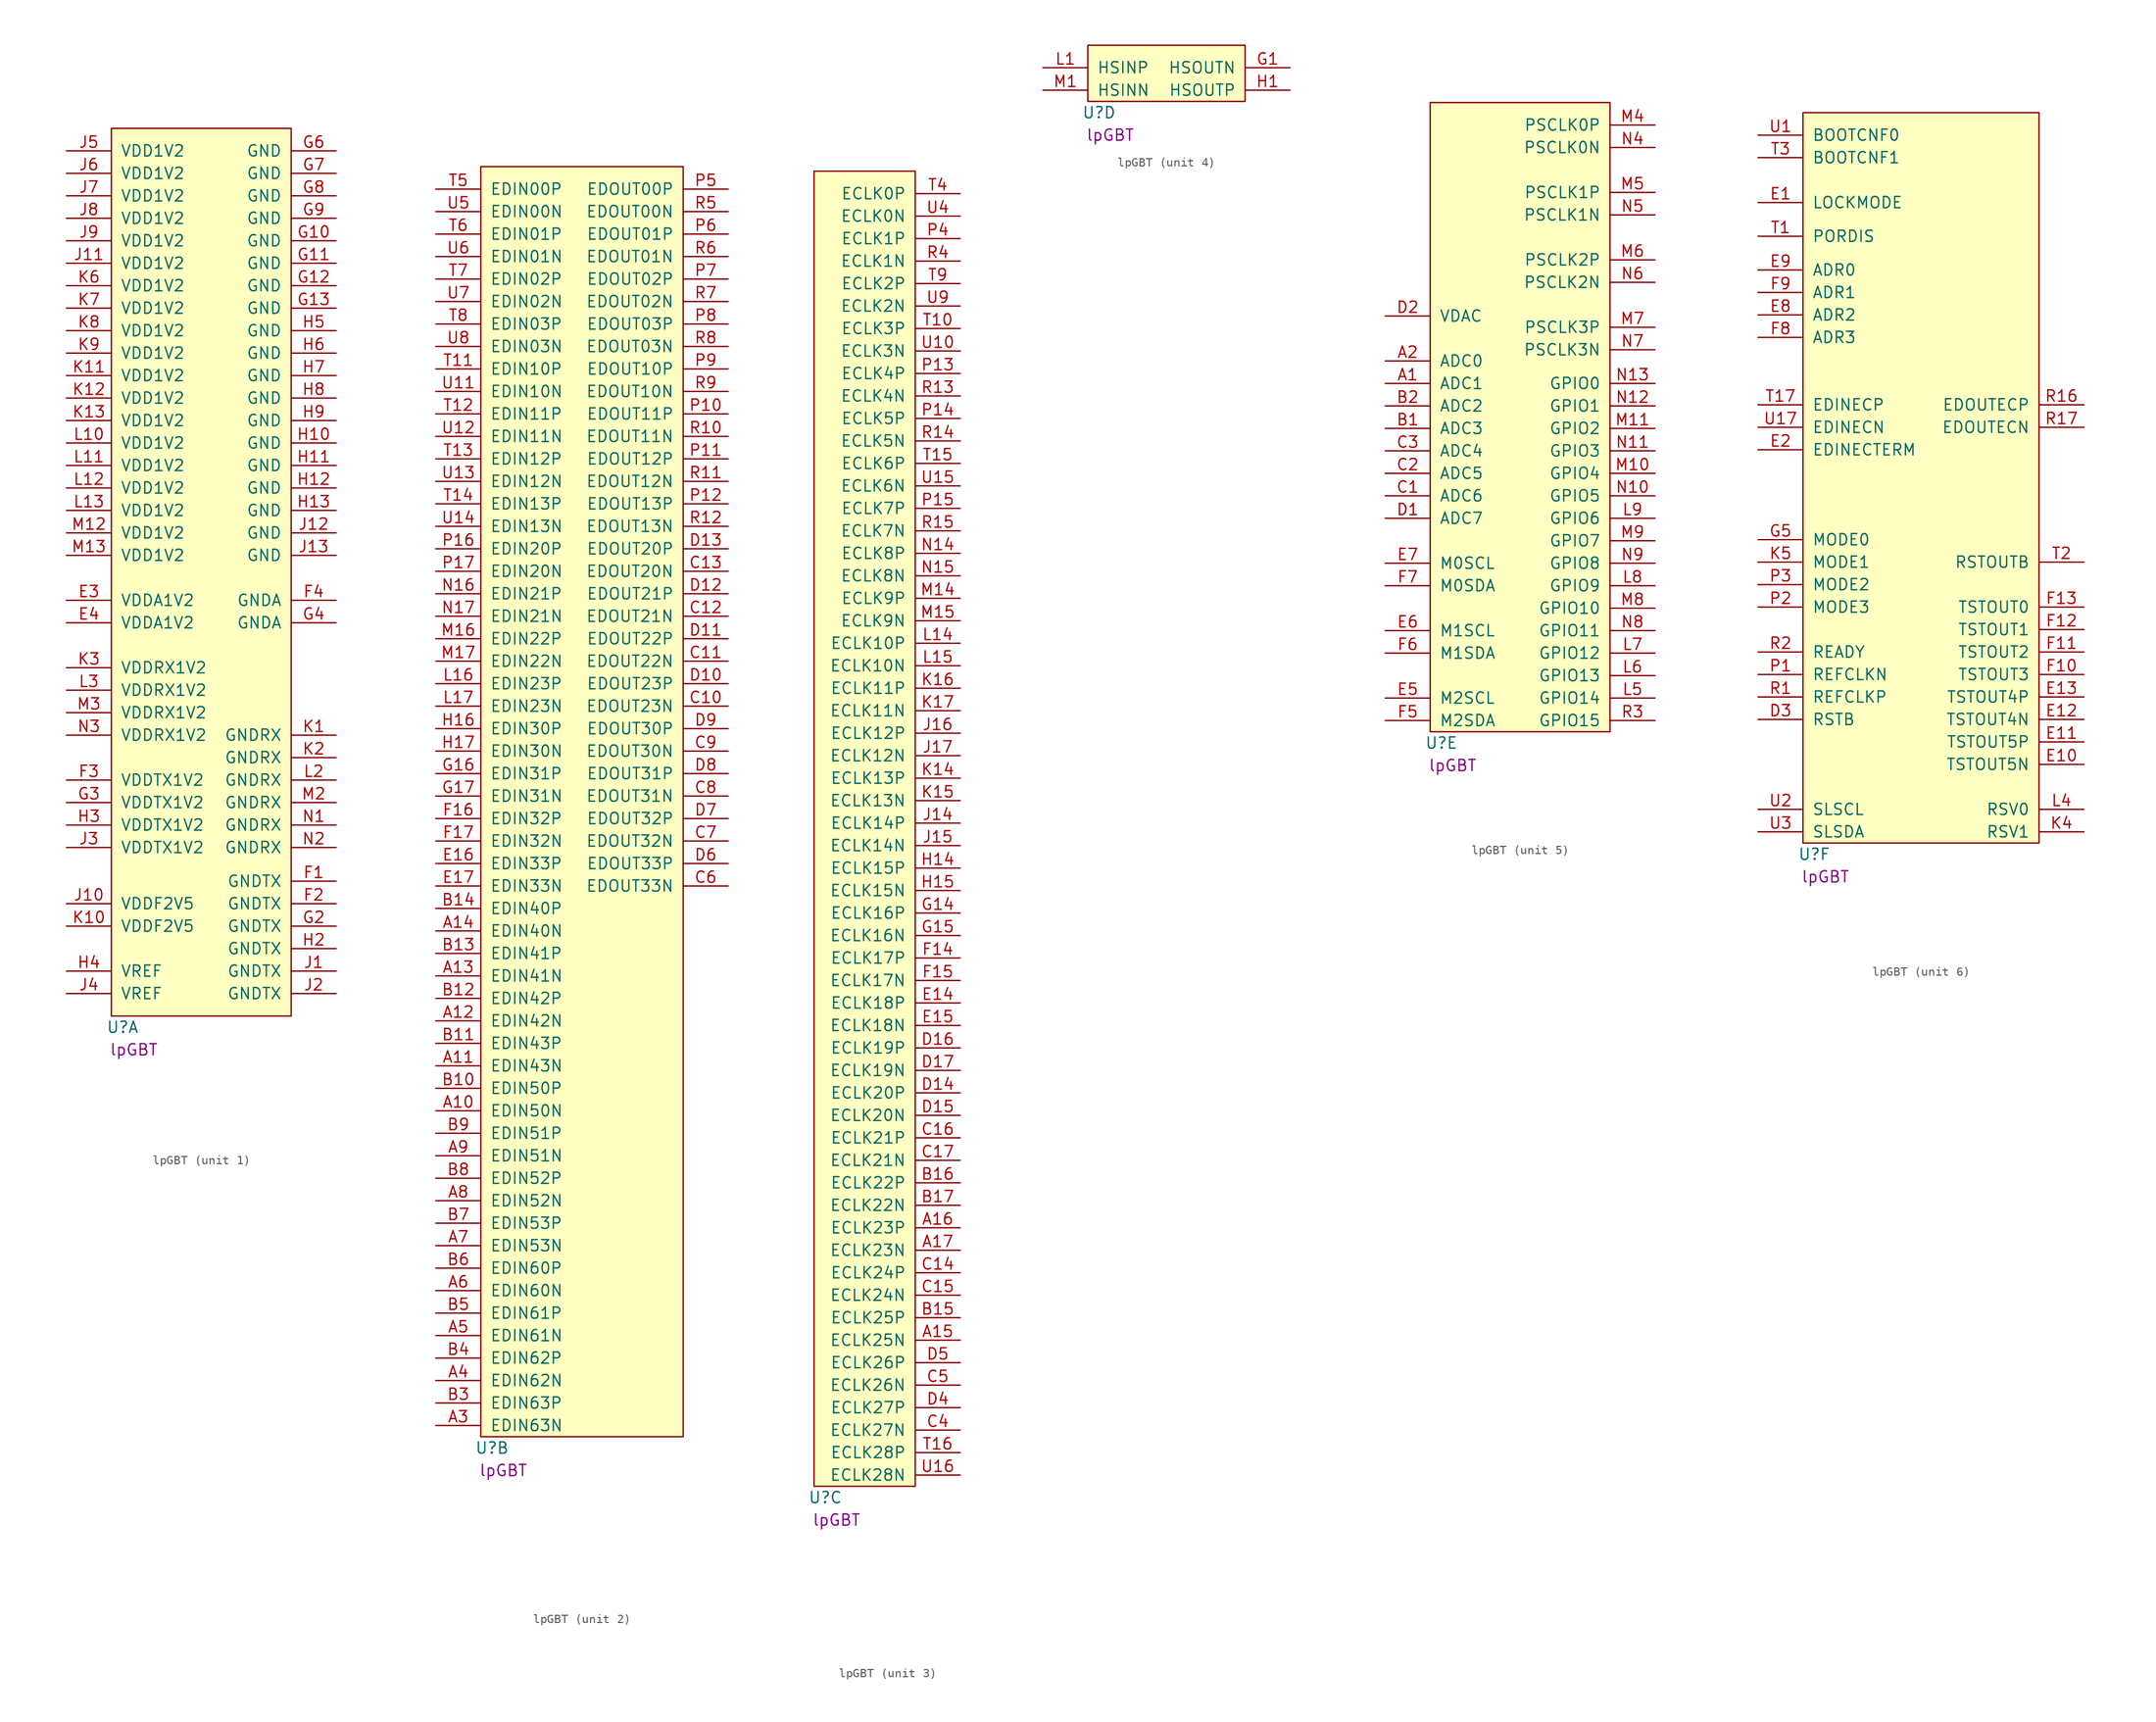
<source format=kicad_sym>
(kicad_symbol_lib
  (version 20220914)
  (generator kicad_symbol_editor)
  (symbol "lpGBT"
    (pin_names
      (offset 1.016))
    (property "Reference" "U"
      (at 1.27 -1.27 0)
      (effects (font (size 1.27 1.27))))
    (property "Manufacturer Part Number" "lpGBT"
      (at 2.54 -3.81 0)
      (effects (font (size 1.27 1.27))))
    (property "ki_locked" ""
      (at 0 0 0)
      (effects (font (size 1.27 1.27))))
    (symbol "lpGBT_1_0"
      (pin power_in line (at -5.08 46.99 0) (length 5.08) (name "VDDA1V2" (effects (font (size 1.27 1.27)))) (number "E3" (effects (font (size 1.27 1.27)))))
      (pin power_in line (at -5.08 44.45 0) (length 5.08) (name "VDDA1V2" (effects (font (size 1.27 1.27)))) (number "E4" (effects (font (size 1.27 1.27)))))
      (pin power_out line (at 25.4 15.24 180) (length 5.08) (name "GNDTX" (effects (font (size 1.27 1.27)))) (number "F1" (effects (font (size 1.27 1.27)))))
      (pin power_out line (at 25.4 12.7 180) (length 5.08) (name "GNDTX" (effects (font (size 1.27 1.27)))) (number "F2" (effects (font (size 1.27 1.27)))))
      (pin power_in line (at -5.08 26.67 0) (length 5.08) (name "VDDTX1V2" (effects (font (size 1.27 1.27)))) (number "F3" (effects (font (size 1.27 1.27)))))
      (pin power_out line (at 25.4 46.99 180) (length 5.08) (name "GNDA" (effects (font (size 1.27 1.27)))) (number "F4" (effects (font (size 1.27 1.27)))))
      (pin power_out line (at 25.4 87.63 180) (length 5.08) (name "GND" (effects (font (size 1.27 1.27)))) (number "G10" (effects (font (size 1.27 1.27)))))
      (pin power_out line (at 25.4 85.09 180) (length 5.08) (name "GND" (effects (font (size 1.27 1.27)))) (number "G11" (effects (font (size 1.27 1.27)))))
      (pin power_out line (at 25.4 82.55 180) (length 5.08) (name "GND" (effects (font (size 1.27 1.27)))) (number "G12" (effects (font (size 1.27 1.27)))))
      (pin power_out line (at 25.4 80.01 180) (length 5.08) (name "GND" (effects (font (size 1.27 1.27)))) (number "G13" (effects (font (size 1.27 1.27)))))
      (pin power_out line (at 25.4 10.16 180) (length 5.08) (name "GNDTX" (effects (font (size 1.27 1.27)))) (number "G2" (effects (font (size 1.27 1.27)))))
      (pin power_in line (at -5.08 24.13 0) (length 5.08) (name "VDDTX1V2" (effects (font (size 1.27 1.27)))) (number "G3" (effects (font (size 1.27 1.27)))))
      (pin power_out line (at 25.4 44.45 180) (length 5.08) (name "GNDA" (effects (font (size 1.27 1.27)))) (number "G4" (effects (font (size 1.27 1.27)))))
      (pin power_out line (at 25.4 97.79 180) (length 5.08) (name "GND" (effects (font (size 1.27 1.27)))) (number "G6" (effects (font (size 1.27 1.27)))))
      (pin power_out line (at 25.4 95.25 180) (length 5.08) (name "GND" (effects (font (size 1.27 1.27)))) (number "G7" (effects (font (size 1.27 1.27)))))
      (pin power_out line (at 25.4 92.71 180) (length 5.08) (name "GND" (effects (font (size 1.27 1.27)))) (number "G8" (effects (font (size 1.27 1.27)))))
      (pin power_out line (at 25.4 90.17 180) (length 5.08) (name "GND" (effects (font (size 1.27 1.27)))) (number "G9" (effects (font (size 1.27 1.27)))))
      (pin power_out line (at 25.4 64.77 180) (length 5.08) (name "GND" (effects (font (size 1.27 1.27)))) (number "H10" (effects (font (size 1.27 1.27)))))
      (pin power_out line (at 25.4 62.23 180) (length 5.08) (name "GND" (effects (font (size 1.27 1.27)))) (number "H11" (effects (font (size 1.27 1.27)))))
      (pin power_out line (at 25.4 59.69 180) (length 5.08) (name "GND" (effects (font (size 1.27 1.27)))) (number "H12" (effects (font (size 1.27 1.27)))))
      (pin power_out line (at 25.4 57.15 180) (length 5.08) (name "GND" (effects (font (size 1.27 1.27)))) (number "H13" (effects (font (size 1.27 1.27)))))
      (pin power_out line (at 25.4 7.62 180) (length 5.08) (name "GNDTX" (effects (font (size 1.27 1.27)))) (number "H2" (effects (font (size 1.27 1.27)))))
      (pin power_in line (at -5.08 21.59 0) (length 5.08) (name "VDDTX1V2" (effects (font (size 1.27 1.27)))) (number "H3" (effects (font (size 1.27 1.27)))))
      (pin power_in line (at -5.08 5.08 0) (length 5.08) (name "VREF" (effects (font (size 1.27 1.27)))) (number "H4" (effects (font (size 1.27 1.27)))))
      (pin power_out line (at 25.4 77.47 180) (length 5.08) (name "GND" (effects (font (size 1.27 1.27)))) (number "H5" (effects (font (size 1.27 1.27)))))
      (pin power_out line (at 25.4 74.93 180) (length 5.08) (name "GND" (effects (font (size 1.27 1.27)))) (number "H6" (effects (font (size 1.27 1.27)))))
      (pin power_out line (at 25.4 72.39 180) (length 5.08) (name "GND" (effects (font (size 1.27 1.27)))) (number "H7" (effects (font (size 1.27 1.27)))))
      (pin power_out line (at 25.4 69.85 180) (length 5.08) (name "GND" (effects (font (size 1.27 1.27)))) (number "H8" (effects (font (size 1.27 1.27)))))
      (pin power_out line (at 25.4 67.31 180) (length 5.08) (name "GND" (effects (font (size 1.27 1.27)))) (number "H9" (effects (font (size 1.27 1.27)))))
      (pin power_out line (at 25.4 5.08 180) (length 5.08) (name "GNDTX" (effects (font (size 1.27 1.27)))) (number "J1" (effects (font (size 1.27 1.27)))))
      (pin power_in line (at -5.08 12.7 0) (length 5.08) (name "VDDF2V5" (effects (font (size 1.27 1.27)))) (number "J10" (effects (font (size 1.27 1.27)))))
      (pin power_in line (at -5.08 85.09 0) (length 5.08) (name "VDD1V2" (effects (font (size 1.27 1.27)))) (number "J11" (effects (font (size 1.27 1.27)))))
      (pin power_out line (at 25.4 54.61 180) (length 5.08) (name "GND" (effects (font (size 1.27 1.27)))) (number "J12" (effects (font (size 1.27 1.27)))))
      (pin power_out line (at 25.4 52.07 180) (length 5.08) (name "GND" (effects (font (size 1.27 1.27)))) (number "J13" (effects (font (size 1.27 1.27)))))
      (pin power_out line (at 25.4 2.54 180) (length 5.08) (name "GNDTX" (effects (font (size 1.27 1.27)))) (number "J2" (effects (font (size 1.27 1.27)))))
      (pin power_in line (at -5.08 19.05 0) (length 5.08) (name "VDDTX1V2" (effects (font (size 1.27 1.27)))) (number "J3" (effects (font (size 1.27 1.27)))))
      (pin power_in line (at -5.08 2.54 0) (length 5.08) (name "VREF" (effects (font (size 1.27 1.27)))) (number "J4" (effects (font (size 1.27 1.27)))))
      (pin power_in line (at -5.08 97.79 0) (length 5.08) (name "VDD1V2" (effects (font (size 1.27 1.27)))) (number "J5" (effects (font (size 1.27 1.27)))))
      (pin power_in line (at -5.08 95.25 0) (length 5.08) (name "VDD1V2" (effects (font (size 1.27 1.27)))) (number "J6" (effects (font (size 1.27 1.27)))))
      (pin power_in line (at -5.08 92.71 0) (length 5.08) (name "VDD1V2" (effects (font (size 1.27 1.27)))) (number "J7" (effects (font (size 1.27 1.27)))))
      (pin power_in line (at -5.08 90.17 0) (length 5.08) (name "VDD1V2" (effects (font (size 1.27 1.27)))) (number "J8" (effects (font (size 1.27 1.27)))))
      (pin power_in line (at -5.08 87.63 0) (length 5.08) (name "VDD1V2" (effects (font (size 1.27 1.27)))) (number "J9" (effects (font (size 1.27 1.27)))))
      (pin power_out line (at 25.4 31.75 180) (length 5.08) (name "GNDRX" (effects (font (size 1.27 1.27)))) (number "K1" (effects (font (size 1.27 1.27)))))
      (pin power_in line (at -5.08 10.16 0) (length 5.08) (name "VDDF2V5" (effects (font (size 1.27 1.27)))) (number "K10" (effects (font (size 1.27 1.27)))))
      (pin power_in line (at -5.08 72.39 0) (length 5.08) (name "VDD1V2" (effects (font (size 1.27 1.27)))) (number "K11" (effects (font (size 1.27 1.27)))))
      (pin power_in line (at -5.08 69.85 0) (length 5.08) (name "VDD1V2" (effects (font (size 1.27 1.27)))) (number "K12" (effects (font (size 1.27 1.27)))))
      (pin power_in line (at -5.08 67.31 0) (length 5.08) (name "VDD1V2" (effects (font (size 1.27 1.27)))) (number "K13" (effects (font (size 1.27 1.27)))))
      (pin power_out line (at 25.4 29.21 180) (length 5.08) (name "GNDRX" (effects (font (size 1.27 1.27)))) (number "K2" (effects (font (size 1.27 1.27)))))
      (pin power_in line (at -5.08 39.37 0) (length 5.08) (name "VDDRX1V2" (effects (font (size 1.27 1.27)))) (number "K3" (effects (font (size 1.27 1.27)))))
      (pin power_in line (at -5.08 82.55 0) (length 5.08) (name "VDD1V2" (effects (font (size 1.27 1.27)))) (number "K6" (effects (font (size 1.27 1.27)))))
      (pin power_in line (at -5.08 80.01 0) (length 5.08) (name "VDD1V2" (effects (font (size 1.27 1.27)))) (number "K7" (effects (font (size 1.27 1.27)))))
      (pin power_in line (at -5.08 77.47 0) (length 5.08) (name "VDD1V2" (effects (font (size 1.27 1.27)))) (number "K8" (effects (font (size 1.27 1.27)))))
      (pin power_in line (at -5.08 74.93 0) (length 5.08) (name "VDD1V2" (effects (font (size 1.27 1.27)))) (number "K9" (effects (font (size 1.27 1.27)))))
      (pin power_in line (at -5.08 64.77 0) (length 5.08) (name "VDD1V2" (effects (font (size 1.27 1.27)))) (number "L10" (effects (font (size 1.27 1.27)))))
      (pin power_in line (at -5.08 62.23 0) (length 5.08) (name "VDD1V2" (effects (font (size 1.27 1.27)))) (number "L11" (effects (font (size 1.27 1.27)))))
      (pin power_in line (at -5.08 59.69 0) (length 5.08) (name "VDD1V2" (effects (font (size 1.27 1.27)))) (number "L12" (effects (font (size 1.27 1.27)))))
      (pin power_in line (at -5.08 57.15 0) (length 5.08) (name "VDD1V2" (effects (font (size 1.27 1.27)))) (number "L13" (effects (font (size 1.27 1.27)))))
      (pin power_out line (at 25.4 26.67 180) (length 5.08) (name "GNDRX" (effects (font (size 1.27 1.27)))) (number "L2" (effects (font (size 1.27 1.27)))))
      (pin power_in line (at -5.08 36.83 0) (length 5.08) (name "VDDRX1V2" (effects (font (size 1.27 1.27)))) (number "L3" (effects (font (size 1.27 1.27)))))
      (pin power_in line (at -5.08 54.61 0) (length 5.08) (name "VDD1V2" (effects (font (size 1.27 1.27)))) (number "M12" (effects (font (size 1.27 1.27)))))
      (pin power_in line (at -5.08 52.07 0) (length 5.08) (name "VDD1V2" (effects (font (size 1.27 1.27)))) (number "M13" (effects (font (size 1.27 1.27)))))
      (pin power_out line (at 25.4 24.13 180) (length 5.08) (name "GNDRX" (effects (font (size 1.27 1.27)))) (number "M2" (effects (font (size 1.27 1.27)))))
      (pin power_in line (at -5.08 34.29 0) (length 5.08) (name "VDDRX1V2" (effects (font (size 1.27 1.27)))) (number "M3" (effects (font (size 1.27 1.27)))))
      (pin power_out line (at 25.4 21.59 180) (length 5.08) (name "GNDRX" (effects (font (size 1.27 1.27)))) (number "N1" (effects (font (size 1.27 1.27)))))
      (pin power_out line (at 25.4 19.05 180) (length 5.08) (name "GNDRX" (effects (font (size 1.27 1.27)))) (number "N2" (effects (font (size 1.27 1.27)))))
      (pin power_in line (at -5.08 31.75 0) (length 5.08) (name "VDDRX1V2" (effects (font (size 1.27 1.27)))) (number "N3" (effects (font (size 1.27 1.27))))))
    (symbol "lpGBT_1_1"
      (rectangle (start 0 100.33) (end 20.32 0) (stroke (width 0) (type solid)) (fill (type background))))
    (symbol "lpGBT_2_0"
      (pin input line (at -5.08 36.83 0) (length 5.08) (name "EDIN50N" (effects (font (size 1.27 1.27)))) (number "A10" (effects (font (size 1.27 1.27)))))
      (pin input line (at -5.08 41.91 0) (length 5.08) (name "EDIN43N" (effects (font (size 1.27 1.27)))) (number "A11" (effects (font (size 1.27 1.27)))))
      (pin input line (at -5.08 46.99 0) (length 5.08) (name "EDIN42N" (effects (font (size 1.27 1.27)))) (number "A12" (effects (font (size 1.27 1.27)))))
      (pin input line (at -5.08 52.07 0) (length 5.08) (name "EDIN41N" (effects (font (size 1.27 1.27)))) (number "A13" (effects (font (size 1.27 1.27)))))
      (pin input line (at -5.08 57.15 0) (length 5.08) (name "EDIN40N" (effects (font (size 1.27 1.27)))) (number "A14" (effects (font (size 1.27 1.27)))))
      (pin input line (at -5.08 1.27 0) (length 5.08) (name "EDIN63N" (effects (font (size 1.27 1.27)))) (number "A3" (effects (font (size 1.27 1.27)))))
      (pin input line (at -5.08 6.35 0) (length 5.08) (name "EDIN62N" (effects (font (size 1.27 1.27)))) (number "A4" (effects (font (size 1.27 1.27)))))
      (pin input line (at -5.08 11.43 0) (length 5.08) (name "EDIN61N" (effects (font (size 1.27 1.27)))) (number "A5" (effects (font (size 1.27 1.27)))))
      (pin input line (at -5.08 16.51 0) (length 5.08) (name "EDIN60N" (effects (font (size 1.27 1.27)))) (number "A6" (effects (font (size 1.27 1.27)))))
      (pin input line (at -5.08 21.59 0) (length 5.08) (name "EDIN53N" (effects (font (size 1.27 1.27)))) (number "A7" (effects (font (size 1.27 1.27)))))
      (pin input line (at -5.08 26.67 0) (length 5.08) (name "EDIN52N" (effects (font (size 1.27 1.27)))) (number "A8" (effects (font (size 1.27 1.27)))))
      (pin input line (at -5.08 31.75 0) (length 5.08) (name "EDIN51N" (effects (font (size 1.27 1.27)))) (number "A9" (effects (font (size 1.27 1.27)))))
      (pin input line (at -5.08 39.37 0) (length 5.08) (name "EDIN50P" (effects (font (size 1.27 1.27)))) (number "B10" (effects (font (size 1.27 1.27)))))
      (pin input line (at -5.08 44.45 0) (length 5.08) (name "EDIN43P" (effects (font (size 1.27 1.27)))) (number "B11" (effects (font (size 1.27 1.27)))))
      (pin input line (at -5.08 49.53 0) (length 5.08) (name "EDIN42P" (effects (font (size 1.27 1.27)))) (number "B12" (effects (font (size 1.27 1.27)))))
      (pin input line (at -5.08 54.61 0) (length 5.08) (name "EDIN41P" (effects (font (size 1.27 1.27)))) (number "B13" (effects (font (size 1.27 1.27)))))
      (pin input line (at -5.08 59.69 0) (length 5.08) (name "EDIN40P" (effects (font (size 1.27 1.27)))) (number "B14" (effects (font (size 1.27 1.27)))))
      (pin input line (at -5.08 3.81 0) (length 5.08) (name "EDIN63P" (effects (font (size 1.27 1.27)))) (number "B3" (effects (font (size 1.27 1.27)))))
      (pin input line (at -5.08 8.89 0) (length 5.08) (name "EDIN62P" (effects (font (size 1.27 1.27)))) (number "B4" (effects (font (size 1.27 1.27)))))
      (pin input line (at -5.08 13.97 0) (length 5.08) (name "EDIN61P" (effects (font (size 1.27 1.27)))) (number "B5" (effects (font (size 1.27 1.27)))))
      (pin input line (at -5.08 19.05 0) (length 5.08) (name "EDIN60P" (effects (font (size 1.27 1.27)))) (number "B6" (effects (font (size 1.27 1.27)))))
      (pin input line (at -5.08 24.13 0) (length 5.08) (name "EDIN53P" (effects (font (size 1.27 1.27)))) (number "B7" (effects (font (size 1.27 1.27)))))
      (pin input line (at -5.08 29.21 0) (length 5.08) (name "EDIN52P" (effects (font (size 1.27 1.27)))) (number "B8" (effects (font (size 1.27 1.27)))))
      (pin input line (at -5.08 34.29 0) (length 5.08) (name "EDIN51P" (effects (font (size 1.27 1.27)))) (number "B9" (effects (font (size 1.27 1.27)))))
      (pin output line (at 27.94 82.55 180) (length 5.08) (name "EDOUT23N" (effects (font (size 1.27 1.27)))) (number "C10" (effects (font (size 1.27 1.27)))))
      (pin output line (at 27.94 87.63 180) (length 5.08) (name "EDOUT22N" (effects (font (size 1.27 1.27)))) (number "C11" (effects (font (size 1.27 1.27)))))
      (pin output line (at 27.94 92.71 180) (length 5.08) (name "EDOUT21N" (effects (font (size 1.27 1.27)))) (number "C12" (effects (font (size 1.27 1.27)))))
      (pin output line (at 27.94 97.79 180) (length 5.08) (name "EDOUT20N" (effects (font (size 1.27 1.27)))) (number "C13" (effects (font (size 1.27 1.27)))))
      (pin output line (at 27.94 62.23 180) (length 5.08) (name "EDOUT33N" (effects (font (size 1.27 1.27)))) (number "C6" (effects (font (size 1.27 1.27)))))
      (pin output line (at 27.94 67.31 180) (length 5.08) (name "EDOUT32N" (effects (font (size 1.27 1.27)))) (number "C7" (effects (font (size 1.27 1.27)))))
      (pin output line (at 27.94 72.39 180) (length 5.08) (name "EDOUT31N" (effects (font (size 1.27 1.27)))) (number "C8" (effects (font (size 1.27 1.27)))))
      (pin output line (at 27.94 77.47 180) (length 5.08) (name "EDOUT30N" (effects (font (size 1.27 1.27)))) (number "C9" (effects (font (size 1.27 1.27)))))
      (pin output line (at 27.94 85.09 180) (length 5.08) (name "EDOUT23P" (effects (font (size 1.27 1.27)))) (number "D10" (effects (font (size 1.27 1.27)))))
      (pin output line (at 27.94 90.17 180) (length 5.08) (name "EDOUT22P" (effects (font (size 1.27 1.27)))) (number "D11" (effects (font (size 1.27 1.27)))))
      (pin output line (at 27.94 95.25 180) (length 5.08) (name "EDOUT21P" (effects (font (size 1.27 1.27)))) (number "D12" (effects (font (size 1.27 1.27)))))
      (pin output line (at 27.94 100.33 180) (length 5.08) (name "EDOUT20P" (effects (font (size 1.27 1.27)))) (number "D13" (effects (font (size 1.27 1.27)))))
      (pin output line (at 27.94 64.77 180) (length 5.08) (name "EDOUT33P" (effects (font (size 1.27 1.27)))) (number "D6" (effects (font (size 1.27 1.27)))))
      (pin output line (at 27.94 69.85 180) (length 5.08) (name "EDOUT32P" (effects (font (size 1.27 1.27)))) (number "D7" (effects (font (size 1.27 1.27)))))
      (pin output line (at 27.94 74.93 180) (length 5.08) (name "EDOUT31P" (effects (font (size 1.27 1.27)))) (number "D8" (effects (font (size 1.27 1.27)))))
      (pin output line (at 27.94 80.01 180) (length 5.08) (name "EDOUT30P" (effects (font (size 1.27 1.27)))) (number "D9" (effects (font (size 1.27 1.27)))))
      (pin input line (at -5.08 64.77 0) (length 5.08) (name "EDIN33P" (effects (font (size 1.27 1.27)))) (number "E16" (effects (font (size 1.27 1.27)))))
      (pin input line (at -5.08 62.23 0) (length 5.08) (name "EDIN33N" (effects (font (size 1.27 1.27)))) (number "E17" (effects (font (size 1.27 1.27)))))
      (pin input line (at -5.08 69.85 0) (length 5.08) (name "EDIN32P" (effects (font (size 1.27 1.27)))) (number "F16" (effects (font (size 1.27 1.27)))))
      (pin input line (at -5.08 67.31 0) (length 5.08) (name "EDIN32N" (effects (font (size 1.27 1.27)))) (number "F17" (effects (font (size 1.27 1.27)))))
      (pin input line (at -5.08 74.93 0) (length 5.08) (name "EDIN31P" (effects (font (size 1.27 1.27)))) (number "G16" (effects (font (size 1.27 1.27)))))
      (pin input line (at -5.08 72.39 0) (length 5.08) (name "EDIN31N" (effects (font (size 1.27 1.27)))) (number "G17" (effects (font (size 1.27 1.27)))))
      (pin input line (at -5.08 80.01 0) (length 5.08) (name "EDIN30P" (effects (font (size 1.27 1.27)))) (number "H16" (effects (font (size 1.27 1.27)))))
      (pin input line (at -5.08 77.47 0) (length 5.08) (name "EDIN30N" (effects (font (size 1.27 1.27)))) (number "H17" (effects (font (size 1.27 1.27)))))
      (pin input line (at -5.08 85.09 0) (length 5.08) (name "EDIN23P" (effects (font (size 1.27 1.27)))) (number "L16" (effects (font (size 1.27 1.27)))))
      (pin input line (at -5.08 82.55 0) (length 5.08) (name "EDIN23N" (effects (font (size 1.27 1.27)))) (number "L17" (effects (font (size 1.27 1.27)))))
      (pin input line (at -5.08 90.17 0) (length 5.08) (name "EDIN22P" (effects (font (size 1.27 1.27)))) (number "M16" (effects (font (size 1.27 1.27)))))
      (pin input line (at -5.08 87.63 0) (length 5.08) (name "EDIN22N" (effects (font (size 1.27 1.27)))) (number "M17" (effects (font (size 1.27 1.27)))))
      (pin input line (at -5.08 95.25 0) (length 5.08) (name "EDIN21P" (effects (font (size 1.27 1.27)))) (number "N16" (effects (font (size 1.27 1.27)))))
      (pin input line (at -5.08 92.71 0) (length 5.08) (name "EDIN21N" (effects (font (size 1.27 1.27)))) (number "N17" (effects (font (size 1.27 1.27)))))
      (pin output line (at 27.94 115.57 180) (length 5.08) (name "EDOUT11P" (effects (font (size 1.27 1.27)))) (number "P10" (effects (font (size 1.27 1.27)))))
      (pin output line (at 27.94 110.49 180) (length 5.08) (name "EDOUT12P" (effects (font (size 1.27 1.27)))) (number "P11" (effects (font (size 1.27 1.27)))))
      (pin output line (at 27.94 105.41 180) (length 5.08) (name "EDOUT13P" (effects (font (size 1.27 1.27)))) (number "P12" (effects (font (size 1.27 1.27)))))
      (pin input line (at -5.08 100.33 0) (length 5.08) (name "EDIN20P" (effects (font (size 1.27 1.27)))) (number "P16" (effects (font (size 1.27 1.27)))))
      (pin input line (at -5.08 97.79 0) (length 5.08) (name "EDIN20N" (effects (font (size 1.27 1.27)))) (number "P17" (effects (font (size 1.27 1.27)))))
      (pin output line (at 27.94 140.97 180) (length 5.08) (name "EDOUT00P" (effects (font (size 1.27 1.27)))) (number "P5" (effects (font (size 1.27 1.27)))))
      (pin output line (at 27.94 135.89 180) (length 5.08) (name "EDOUT01P" (effects (font (size 1.27 1.27)))) (number "P6" (effects (font (size 1.27 1.27)))))
      (pin output line (at 27.94 130.81 180) (length 5.08) (name "EDOUT02P" (effects (font (size 1.27 1.27)))) (number "P7" (effects (font (size 1.27 1.27)))))
      (pin output line (at 27.94 125.73 180) (length 5.08) (name "EDOUT03P" (effects (font (size 1.27 1.27)))) (number "P8" (effects (font (size 1.27 1.27)))))
      (pin output line (at 27.94 120.65 180) (length 5.08) (name "EDOUT10P" (effects (font (size 1.27 1.27)))) (number "P9" (effects (font (size 1.27 1.27)))))
      (pin output line (at 27.94 113.03 180) (length 5.08) (name "EDOUT11N" (effects (font (size 1.27 1.27)))) (number "R10" (effects (font (size 1.27 1.27)))))
      (pin output line (at 27.94 107.95 180) (length 5.08) (name "EDOUT12N" (effects (font (size 1.27 1.27)))) (number "R11" (effects (font (size 1.27 1.27)))))
      (pin output line (at 27.94 102.87 180) (length 5.08) (name "EDOUT13N" (effects (font (size 1.27 1.27)))) (number "R12" (effects (font (size 1.27 1.27)))))
      (pin output line (at 27.94 138.43 180) (length 5.08) (name "EDOUT00N" (effects (font (size 1.27 1.27)))) (number "R5" (effects (font (size 1.27 1.27)))))
      (pin output line (at 27.94 133.35 180) (length 5.08) (name "EDOUT01N" (effects (font (size 1.27 1.27)))) (number "R6" (effects (font (size 1.27 1.27)))))
      (pin output line (at 27.94 128.27 180) (length 5.08) (name "EDOUT02N" (effects (font (size 1.27 1.27)))) (number "R7" (effects (font (size 1.27 1.27)))))
      (pin output line (at 27.94 123.19 180) (length 5.08) (name "EDOUT03N" (effects (font (size 1.27 1.27)))) (number "R8" (effects (font (size 1.27 1.27)))))
      (pin output line (at 27.94 118.11 180) (length 5.08) (name "EDOUT10N" (effects (font (size 1.27 1.27)))) (number "R9" (effects (font (size 1.27 1.27)))))
      (pin input line (at -5.08 120.65 0) (length 5.08) (name "EDIN10P" (effects (font (size 1.27 1.27)))) (number "T11" (effects (font (size 1.27 1.27)))))
      (pin input line (at -5.08 115.57 0) (length 5.08) (name "EDIN11P" (effects (font (size 1.27 1.27)))) (number "T12" (effects (font (size 1.27 1.27)))))
      (pin input line (at -5.08 110.49 0) (length 5.08) (name "EDIN12P" (effects (font (size 1.27 1.27)))) (number "T13" (effects (font (size 1.27 1.27)))))
      (pin input line (at -5.08 105.41 0) (length 5.08) (name "EDIN13P" (effects (font (size 1.27 1.27)))) (number "T14" (effects (font (size 1.27 1.27)))))
      (pin input line (at -5.08 140.97 0) (length 5.08) (name "EDIN00P" (effects (font (size 1.27 1.27)))) (number "T5" (effects (font (size 1.27 1.27)))))
      (pin input line (at -5.08 135.89 0) (length 5.08) (name "EDIN01P" (effects (font (size 1.27 1.27)))) (number "T6" (effects (font (size 1.27 1.27)))))
      (pin input line (at -5.08 130.81 0) (length 5.08) (name "EDIN02P" (effects (font (size 1.27 1.27)))) (number "T7" (effects (font (size 1.27 1.27)))))
      (pin input line (at -5.08 125.73 0) (length 5.08) (name "EDIN03P" (effects (font (size 1.27 1.27)))) (number "T8" (effects (font (size 1.27 1.27)))))
      (pin input line (at -5.08 118.11 0) (length 5.08) (name "EDIN10N" (effects (font (size 1.27 1.27)))) (number "U11" (effects (font (size 1.27 1.27)))))
      (pin input line (at -5.08 113.03 0) (length 5.08) (name "EDIN11N" (effects (font (size 1.27 1.27)))) (number "U12" (effects (font (size 1.27 1.27)))))
      (pin input line (at -5.08 107.95 0) (length 5.08) (name "EDIN12N" (effects (font (size 1.27 1.27)))) (number "U13" (effects (font (size 1.27 1.27)))))
      (pin input line (at -5.08 102.87 0) (length 5.08) (name "EDIN13N" (effects (font (size 1.27 1.27)))) (number "U14" (effects (font (size 1.27 1.27)))))
      (pin input line (at -5.08 138.43 0) (length 5.08) (name "EDIN00N" (effects (font (size 1.27 1.27)))) (number "U5" (effects (font (size 1.27 1.27)))))
      (pin input line (at -5.08 133.35 0) (length 5.08) (name "EDIN01N" (effects (font (size 1.27 1.27)))) (number "U6" (effects (font (size 1.27 1.27)))))
      (pin input line (at -5.08 128.27 0) (length 5.08) (name "EDIN02N" (effects (font (size 1.27 1.27)))) (number "U7" (effects (font (size 1.27 1.27)))))
      (pin input line (at -5.08 123.19 0) (length 5.08) (name "EDIN03N" (effects (font (size 1.27 1.27)))) (number "U8" (effects (font (size 1.27 1.27))))))
    (symbol "lpGBT_2_1"
      (rectangle (start 0 143.51) (end 22.86 0) (stroke (width 0) (type solid)) (fill (type background))))
    (symbol "lpGBT_3_0"
      (pin output line (at 16.51 16.51 180) (length 5.08) (name "ECLK25N" (effects (font (size 1.27 1.27)))) (number "A15" (effects (font (size 1.27 1.27)))))
      (pin output line (at 16.51 29.21 180) (length 5.08) (name "ECLK23P" (effects (font (size 1.27 1.27)))) (number "A16" (effects (font (size 1.27 1.27)))))
      (pin output line (at 16.51 26.67 180) (length 5.08) (name "ECLK23N" (effects (font (size 1.27 1.27)))) (number "A17" (effects (font (size 1.27 1.27)))))
      (pin output line (at 16.51 19.05 180) (length 5.08) (name "ECLK25P" (effects (font (size 1.27 1.27)))) (number "B15" (effects (font (size 1.27 1.27)))))
      (pin output line (at 16.51 34.29 180) (length 5.08) (name "ECLK22P" (effects (font (size 1.27 1.27)))) (number "B16" (effects (font (size 1.27 1.27)))))
      (pin output line (at 16.51 31.75 180) (length 5.08) (name "ECLK22N" (effects (font (size 1.27 1.27)))) (number "B17" (effects (font (size 1.27 1.27)))))
      (pin output line (at 16.51 24.13 180) (length 5.08) (name "ECLK24P" (effects (font (size 1.27 1.27)))) (number "C14" (effects (font (size 1.27 1.27)))))
      (pin output line (at 16.51 21.59 180) (length 5.08) (name "ECLK24N" (effects (font (size 1.27 1.27)))) (number "C15" (effects (font (size 1.27 1.27)))))
      (pin output line (at 16.51 39.37 180) (length 5.08) (name "ECLK21P" (effects (font (size 1.27 1.27)))) (number "C16" (effects (font (size 1.27 1.27)))))
      (pin output line (at 16.51 36.83 180) (length 5.08) (name "ECLK21N" (effects (font (size 1.27 1.27)))) (number "C17" (effects (font (size 1.27 1.27)))))
      (pin output line (at 16.51 6.35 180) (length 5.08) (name "ECLK27N" (effects (font (size 1.27 1.27)))) (number "C4" (effects (font (size 1.27 1.27)))))
      (pin output line (at 16.51 11.43 180) (length 5.08) (name "ECLK26N" (effects (font (size 1.27 1.27)))) (number "C5" (effects (font (size 1.27 1.27)))))
      (pin output line (at 16.51 44.45 180) (length 5.08) (name "ECLK20P" (effects (font (size 1.27 1.27)))) (number "D14" (effects (font (size 1.27 1.27)))))
      (pin output line (at 16.51 41.91 180) (length 5.08) (name "ECLK20N" (effects (font (size 1.27 1.27)))) (number "D15" (effects (font (size 1.27 1.27)))))
      (pin output line (at 16.51 49.53 180) (length 5.08) (name "ECLK19P" (effects (font (size 1.27 1.27)))) (number "D16" (effects (font (size 1.27 1.27)))))
      (pin output line (at 16.51 46.99 180) (length 5.08) (name "ECLK19N" (effects (font (size 1.27 1.27)))) (number "D17" (effects (font (size 1.27 1.27)))))
      (pin output line (at 16.51 8.89 180) (length 5.08) (name "ECLK27P" (effects (font (size 1.27 1.27)))) (number "D4" (effects (font (size 1.27 1.27)))))
      (pin output line (at 16.51 13.97 180) (length 5.08) (name "ECLK26P" (effects (font (size 1.27 1.27)))) (number "D5" (effects (font (size 1.27 1.27)))))
      (pin output line (at 16.51 54.61 180) (length 5.08) (name "ECLK18P" (effects (font (size 1.27 1.27)))) (number "E14" (effects (font (size 1.27 1.27)))))
      (pin output line (at 16.51 52.07 180) (length 5.08) (name "ECLK18N" (effects (font (size 1.27 1.27)))) (number "E15" (effects (font (size 1.27 1.27)))))
      (pin output line (at 16.51 59.69 180) (length 5.08) (name "ECLK17P" (effects (font (size 1.27 1.27)))) (number "F14" (effects (font (size 1.27 1.27)))))
      (pin output line (at 16.51 57.15 180) (length 5.08) (name "ECLK17N" (effects (font (size 1.27 1.27)))) (number "F15" (effects (font (size 1.27 1.27)))))
      (pin output line (at 16.51 64.77 180) (length 5.08) (name "ECLK16P" (effects (font (size 1.27 1.27)))) (number "G14" (effects (font (size 1.27 1.27)))))
      (pin output line (at 16.51 62.23 180) (length 5.08) (name "ECLK16N" (effects (font (size 1.27 1.27)))) (number "G15" (effects (font (size 1.27 1.27)))))
      (pin output line (at 16.51 69.85 180) (length 5.08) (name "ECLK15P" (effects (font (size 1.27 1.27)))) (number "H14" (effects (font (size 1.27 1.27)))))
      (pin output line (at 16.51 67.31 180) (length 5.08) (name "ECLK15N" (effects (font (size 1.27 1.27)))) (number "H15" (effects (font (size 1.27 1.27)))))
      (pin output line (at 16.51 74.93 180) (length 5.08) (name "ECLK14P" (effects (font (size 1.27 1.27)))) (number "J14" (effects (font (size 1.27 1.27)))))
      (pin output line (at 16.51 72.39 180) (length 5.08) (name "ECLK14N" (effects (font (size 1.27 1.27)))) (number "J15" (effects (font (size 1.27 1.27)))))
      (pin output line (at 16.51 85.09 180) (length 5.08) (name "ECLK12P" (effects (font (size 1.27 1.27)))) (number "J16" (effects (font (size 1.27 1.27)))))
      (pin output line (at 16.51 82.55 180) (length 5.08) (name "ECLK12N" (effects (font (size 1.27 1.27)))) (number "J17" (effects (font (size 1.27 1.27)))))
      (pin output line (at 16.51 80.01 180) (length 5.08) (name "ECLK13P" (effects (font (size 1.27 1.27)))) (number "K14" (effects (font (size 1.27 1.27)))))
      (pin output line (at 16.51 77.47 180) (length 5.08) (name "ECLK13N" (effects (font (size 1.27 1.27)))) (number "K15" (effects (font (size 1.27 1.27)))))
      (pin output line (at 16.51 90.17 180) (length 5.08) (name "ECLK11P" (effects (font (size 1.27 1.27)))) (number "K16" (effects (font (size 1.27 1.27)))))
      (pin output line (at 16.51 87.63 180) (length 5.08) (name "ECLK11N" (effects (font (size 1.27 1.27)))) (number "K17" (effects (font (size 1.27 1.27)))))
      (pin output line (at 16.51 95.25 180) (length 5.08) (name "ECLK10P" (effects (font (size 1.27 1.27)))) (number "L14" (effects (font (size 1.27 1.27)))))
      (pin output line (at 16.51 92.71 180) (length 5.08) (name "ECLK10N" (effects (font (size 1.27 1.27)))) (number "L15" (effects (font (size 1.27 1.27)))))
      (pin output line (at 16.51 100.33 180) (length 5.08) (name "ECLK9P" (effects (font (size 1.27 1.27)))) (number "M14" (effects (font (size 1.27 1.27)))))
      (pin output line (at 16.51 97.79 180) (length 5.08) (name "ECLK9N" (effects (font (size 1.27 1.27)))) (number "M15" (effects (font (size 1.27 1.27)))))
      (pin output line (at 16.51 105.41 180) (length 5.08) (name "ECLK8P" (effects (font (size 1.27 1.27)))) (number "N14" (effects (font (size 1.27 1.27)))))
      (pin output line (at 16.51 102.87 180) (length 5.08) (name "ECLK8N" (effects (font (size 1.27 1.27)))) (number "N15" (effects (font (size 1.27 1.27)))))
      (pin output line (at 16.51 125.73 180) (length 5.08) (name "ECLK4P" (effects (font (size 1.27 1.27)))) (number "P13" (effects (font (size 1.27 1.27)))))
      (pin output line (at 16.51 120.65 180) (length 5.08) (name "ECLK5P" (effects (font (size 1.27 1.27)))) (number "P14" (effects (font (size 1.27 1.27)))))
      (pin output line (at 16.51 110.49 180) (length 5.08) (name "ECLK7P" (effects (font (size 1.27 1.27)))) (number "P15" (effects (font (size 1.27 1.27)))))
      (pin output line (at 16.51 140.97 180) (length 5.08) (name "ECLK1P" (effects (font (size 1.27 1.27)))) (number "P4" (effects (font (size 1.27 1.27)))))
      (pin output line (at 16.51 123.19 180) (length 5.08) (name "ECLK4N" (effects (font (size 1.27 1.27)))) (number "R13" (effects (font (size 1.27 1.27)))))
      (pin output line (at 16.51 118.11 180) (length 5.08) (name "ECLK5N" (effects (font (size 1.27 1.27)))) (number "R14" (effects (font (size 1.27 1.27)))))
      (pin output line (at 16.51 107.95 180) (length 5.08) (name "ECLK7N" (effects (font (size 1.27 1.27)))) (number "R15" (effects (font (size 1.27 1.27)))))
      (pin output line (at 16.51 138.43 180) (length 5.08) (name "ECLK1N" (effects (font (size 1.27 1.27)))) (number "R4" (effects (font (size 1.27 1.27)))))
      (pin output line (at 16.51 130.81 180) (length 5.08) (name "ECLK3P" (effects (font (size 1.27 1.27)))) (number "T10" (effects (font (size 1.27 1.27)))))
      (pin output line (at 16.51 115.57 180) (length 5.08) (name "ECLK6P" (effects (font (size 1.27 1.27)))) (number "T15" (effects (font (size 1.27 1.27)))))
      (pin output line (at 16.51 3.81 180) (length 5.08) (name "ECLK28P" (effects (font (size 1.27 1.27)))) (number "T16" (effects (font (size 1.27 1.27)))))
      (pin output line (at 16.51 146.05 180) (length 5.08) (name "ECLK0P" (effects (font (size 1.27 1.27)))) (number "T4" (effects (font (size 1.27 1.27)))))
      (pin output line (at 16.51 135.89 180) (length 5.08) (name "ECLK2P" (effects (font (size 1.27 1.27)))) (number "T9" (effects (font (size 1.27 1.27)))))
      (pin output line (at 16.51 128.27 180) (length 5.08) (name "ECLK3N" (effects (font (size 1.27 1.27)))) (number "U10" (effects (font (size 1.27 1.27)))))
      (pin output line (at 16.51 113.03 180) (length 5.08) (name "ECLK6N" (effects (font (size 1.27 1.27)))) (number "U15" (effects (font (size 1.27 1.27)))))
      (pin output line (at 16.51 1.27 180) (length 5.08) (name "ECLK28N" (effects (font (size 1.27 1.27)))) (number "U16" (effects (font (size 1.27 1.27)))))
      (pin output line (at 16.51 143.51 180) (length 5.08) (name "ECLK0N" (effects (font (size 1.27 1.27)))) (number "U4" (effects (font (size 1.27 1.27)))))
      (pin output line (at 16.51 133.35 180) (length 5.08) (name "ECLK2N" (effects (font (size 1.27 1.27)))) (number "U9" (effects (font (size 1.27 1.27))))))
    (symbol "lpGBT_3_1"
      (rectangle (start 0 148.59) (end 11.43 0) (stroke (width 0) (type solid)) (fill (type background))))
    (symbol "lpGBT_4_0"
      (pin output line (at 22.86 3.81 180) (length 5.08) (name "HSOUTN" (effects (font (size 1.27 1.27)))) (number "G1" (effects (font (size 1.27 1.27)))))
      (pin output line (at 22.86 1.27 180) (length 5.08) (name "HSOUTP" (effects (font (size 1.27 1.27)))) (number "H1" (effects (font (size 1.27 1.27)))))
      (pin input line (at -5.08 3.81 0) (length 5.08) (name "HSINP" (effects (font (size 1.27 1.27)))) (number "L1" (effects (font (size 1.27 1.27)))))
      (pin input line (at -5.08 1.27 0) (length 5.08) (name "HSINN" (effects (font (size 1.27 1.27)))) (number "M1" (effects (font (size 1.27 1.27))))))
    (symbol "lpGBT_4_1"
      (rectangle (start 0 6.35) (end 17.78 0) (stroke (width 0) (type solid)) (fill (type background))))
    (symbol "lpGBT_5_0"
      (pin passive line (at -5.08 39.37 0) (length 5.08) (name "ADC1" (effects (font (size 1.27 1.27)))) (number "A1" (effects (font (size 1.27 1.27)))))
      (pin passive line (at -5.08 41.91 0) (length 5.08) (name "ADC0" (effects (font (size 1.27 1.27)))) (number "A2" (effects (font (size 1.27 1.27)))))
      (pin passive line (at -5.08 34.29 0) (length 5.08) (name "ADC3" (effects (font (size 1.27 1.27)))) (number "B1" (effects (font (size 1.27 1.27)))))
      (pin passive line (at -5.08 36.83 0) (length 5.08) (name "ADC2" (effects (font (size 1.27 1.27)))) (number "B2" (effects (font (size 1.27 1.27)))))
      (pin passive line (at -5.08 26.67 0) (length 5.08) (name "ADC6" (effects (font (size 1.27 1.27)))) (number "C1" (effects (font (size 1.27 1.27)))))
      (pin passive line (at -5.08 29.21 0) (length 5.08) (name "ADC5" (effects (font (size 1.27 1.27)))) (number "C2" (effects (font (size 1.27 1.27)))))
      (pin passive line (at -5.08 31.75 0) (length 5.08) (name "ADC4" (effects (font (size 1.27 1.27)))) (number "C3" (effects (font (size 1.27 1.27)))))
      (pin passive line (at -5.08 24.13 0) (length 5.08) (name "ADC7" (effects (font (size 1.27 1.27)))) (number "D1" (effects (font (size 1.27 1.27)))))
      (pin output line (at -5.08 46.99 0) (length 5.08) (name "VDAC" (effects (font (size 1.27 1.27)))) (number "D2" (effects (font (size 1.27 1.27)))))
      (pin output line (at -5.08 3.81 0) (length 5.08) (name "M2SCL" (effects (font (size 1.27 1.27)))) (number "E5" (effects (font (size 1.27 1.27)))))
      (pin output line (at -5.08 11.43 0) (length 5.08) (name "M1SCL" (effects (font (size 1.27 1.27)))) (number "E6" (effects (font (size 1.27 1.27)))))
      (pin output line (at -5.08 19.05 0) (length 5.08) (name "M0SCL" (effects (font (size 1.27 1.27)))) (number "E7" (effects (font (size 1.27 1.27)))))
      (pin bidirectional line (at -5.08 1.27 0) (length 5.08) (name "M2SDA" (effects (font (size 1.27 1.27)))) (number "F5" (effects (font (size 1.27 1.27)))))
      (pin bidirectional line (at -5.08 8.89 0) (length 5.08) (name "M1SDA" (effects (font (size 1.27 1.27)))) (number "F6" (effects (font (size 1.27 1.27)))))
      (pin bidirectional line (at -5.08 16.51 0) (length 5.08) (name "M0SDA" (effects (font (size 1.27 1.27)))) (number "F7" (effects (font (size 1.27 1.27)))))
      (pin bidirectional line (at 25.4 3.81 180) (length 5.08) (name "GPIO14" (effects (font (size 1.27 1.27)))) (number "L5" (effects (font (size 1.27 1.27)))))
      (pin bidirectional line (at 25.4 6.35 180) (length 5.08) (name "GPIO13" (effects (font (size 1.27 1.27)))) (number "L6" (effects (font (size 1.27 1.27)))))
      (pin bidirectional line (at 25.4 8.89 180) (length 5.08) (name "GPIO12" (effects (font (size 1.27 1.27)))) (number "L7" (effects (font (size 1.27 1.27)))))
      (pin bidirectional line (at 25.4 16.51 180) (length 5.08) (name "GPIO9" (effects (font (size 1.27 1.27)))) (number "L8" (effects (font (size 1.27 1.27)))))
      (pin bidirectional line (at 25.4 24.13 180) (length 5.08) (name "GPIO6" (effects (font (size 1.27 1.27)))) (number "L9" (effects (font (size 1.27 1.27)))))
      (pin bidirectional line (at 25.4 29.21 180) (length 5.08) (name "GPIO4" (effects (font (size 1.27 1.27)))) (number "M10" (effects (font (size 1.27 1.27)))))
      (pin bidirectional line (at 25.4 34.29 180) (length 5.08) (name "GPIO2" (effects (font (size 1.27 1.27)))) (number "M11" (effects (font (size 1.27 1.27)))))
      (pin output line (at 25.4 68.58 180) (length 5.08) (name "PSCLK0P" (effects (font (size 1.27 1.27)))) (number "M4" (effects (font (size 1.27 1.27)))))
      (pin output line (at 25.4 60.96 180) (length 5.08) (name "PSCLK1P" (effects (font (size 1.27 1.27)))) (number "M5" (effects (font (size 1.27 1.27)))))
      (pin output line (at 25.4 53.34 180) (length 5.08) (name "PSCLK2P" (effects (font (size 1.27 1.27)))) (number "M6" (effects (font (size 1.27 1.27)))))
      (pin output line (at 25.4 45.72 180) (length 5.08) (name "PSCLK3P" (effects (font (size 1.27 1.27)))) (number "M7" (effects (font (size 1.27 1.27)))))
      (pin bidirectional line (at 25.4 13.97 180) (length 5.08) (name "GPIO10" (effects (font (size 1.27 1.27)))) (number "M8" (effects (font (size 1.27 1.27)))))
      (pin bidirectional line (at 25.4 21.59 180) (length 5.08) (name "GPIO7" (effects (font (size 1.27 1.27)))) (number "M9" (effects (font (size 1.27 1.27)))))
      (pin bidirectional line (at 25.4 26.67 180) (length 5.08) (name "GPIO5" (effects (font (size 1.27 1.27)))) (number "N10" (effects (font (size 1.27 1.27)))))
      (pin bidirectional line (at 25.4 31.75 180) (length 5.08) (name "GPIO3" (effects (font (size 1.27 1.27)))) (number "N11" (effects (font (size 1.27 1.27)))))
      (pin bidirectional line (at 25.4 36.83 180) (length 5.08) (name "GPIO1" (effects (font (size 1.27 1.27)))) (number "N12" (effects (font (size 1.27 1.27)))))
      (pin bidirectional line (at 25.4 39.37 180) (length 5.08) (name "GPIO0" (effects (font (size 1.27 1.27)))) (number "N13" (effects (font (size 1.27 1.27)))))
      (pin output line (at 25.4 66.04 180) (length 5.08) (name "PSCLK0N" (effects (font (size 1.27 1.27)))) (number "N4" (effects (font (size 1.27 1.27)))))
      (pin output line (at 25.4 58.42 180) (length 5.08) (name "PSCLK1N" (effects (font (size 1.27 1.27)))) (number "N5" (effects (font (size 1.27 1.27)))))
      (pin output line (at 25.4 50.8 180) (length 5.08) (name "PSCLK2N" (effects (font (size 1.27 1.27)))) (number "N6" (effects (font (size 1.27 1.27)))))
      (pin output line (at 25.4 43.18 180) (length 5.08) (name "PSCLK3N" (effects (font (size 1.27 1.27)))) (number "N7" (effects (font (size 1.27 1.27)))))
      (pin bidirectional line (at 25.4 11.43 180) (length 5.08) (name "GPIO11" (effects (font (size 1.27 1.27)))) (number "N8" (effects (font (size 1.27 1.27)))))
      (pin bidirectional line (at 25.4 19.05 180) (length 5.08) (name "GPIO8" (effects (font (size 1.27 1.27)))) (number "N9" (effects (font (size 1.27 1.27)))))
      (pin bidirectional line (at 25.4 1.27 180) (length 5.08) (name "GPIO15" (effects (font (size 1.27 1.27)))) (number "R3" (effects (font (size 1.27 1.27))))))
    (symbol "lpGBT_5_1"
      (rectangle (start 0 71.12) (end 20.32 0) (stroke (width 0) (type solid)) (fill (type background))))
    (symbol "lpGBT_6_0"
      (pin input line (at -5.08 13.97 0) (length 5.08) (name "RSTB" (effects (font (size 1.27 1.27)))) (number "D3" (effects (font (size 1.27 1.27)))))
      (pin input line (at -5.08 72.39 0) (length 5.08) (name "LOCKMODE" (effects (font (size 1.27 1.27)))) (number "E1" (effects (font (size 1.27 1.27)))))
      (pin output line (at 31.75 8.89 180) (length 5.08) (name "TSTOUT5N" (effects (font (size 1.27 1.27)))) (number "E10" (effects (font (size 1.27 1.27)))))
      (pin output line (at 31.75 11.43 180) (length 5.08) (name "TSTOUT5P" (effects (font (size 1.27 1.27)))) (number "E11" (effects (font (size 1.27 1.27)))))
      (pin output line (at 31.75 13.97 180) (length 5.08) (name "TSTOUT4N" (effects (font (size 1.27 1.27)))) (number "E12" (effects (font (size 1.27 1.27)))))
      (pin output line (at 31.75 16.51 180) (length 5.08) (name "TSTOUT4P" (effects (font (size 1.27 1.27)))) (number "E13" (effects (font (size 1.27 1.27)))))
      (pin input line (at -5.08 44.45 0) (length 5.08) (name "EDINECTERM" (effects (font (size 1.27 1.27)))) (number "E2" (effects (font (size 1.27 1.27)))))
      (pin input line (at -5.08 59.69 0) (length 5.08) (name "ADR2" (effects (font (size 1.27 1.27)))) (number "E8" (effects (font (size 1.27 1.27)))))
      (pin input line (at -5.08 64.77 0) (length 5.08) (name "ADR0" (effects (font (size 1.27 1.27)))) (number "E9" (effects (font (size 1.27 1.27)))))
      (pin output line (at 31.75 19.05 180) (length 5.08) (name "TSTOUT3" (effects (font (size 1.27 1.27)))) (number "F10" (effects (font (size 1.27 1.27)))))
      (pin output line (at 31.75 21.59 180) (length 5.08) (name "TSTOUT2" (effects (font (size 1.27 1.27)))) (number "F11" (effects (font (size 1.27 1.27)))))
      (pin output line (at 31.75 24.13 180) (length 5.08) (name "TSTOUT1" (effects (font (size 1.27 1.27)))) (number "F12" (effects (font (size 1.27 1.27)))))
      (pin output line (at 31.75 26.67 180) (length 5.08) (name "TSTOUT0" (effects (font (size 1.27 1.27)))) (number "F13" (effects (font (size 1.27 1.27)))))
      (pin input line (at -5.08 57.15 0) (length 5.08) (name "ADR3" (effects (font (size 1.27 1.27)))) (number "F8" (effects (font (size 1.27 1.27)))))
      (pin input line (at -5.08 62.23 0) (length 5.08) (name "ADR1" (effects (font (size 1.27 1.27)))) (number "F9" (effects (font (size 1.27 1.27)))))
      (pin input line (at -5.08 34.29 0) (length 5.08) (name "MODE0" (effects (font (size 1.27 1.27)))) (number "G5" (effects (font (size 1.27 1.27)))))
      (pin input line (at 31.75 1.27 180) (length 5.08) (name "RSV1" (effects (font (size 1.27 1.27)))) (number "K4" (effects (font (size 1.27 1.27)))))
      (pin input line (at -5.08 31.75 0) (length 5.08) (name "MODE1" (effects (font (size 1.27 1.27)))) (number "K5" (effects (font (size 1.27 1.27)))))
      (pin input line (at 31.75 3.81 180) (length 5.08) (name "RSV0" (effects (font (size 1.27 1.27)))) (number "L4" (effects (font (size 1.27 1.27)))))
      (pin input line (at -5.08 19.05 0) (length 5.08) (name "REFCLKN" (effects (font (size 1.27 1.27)))) (number "P1" (effects (font (size 1.27 1.27)))))
      (pin input line (at -5.08 26.67 0) (length 5.08) (name "MODE3" (effects (font (size 1.27 1.27)))) (number "P2" (effects (font (size 1.27 1.27)))))
      (pin input line (at -5.08 29.21 0) (length 5.08) (name "MODE2" (effects (font (size 1.27 1.27)))) (number "P3" (effects (font (size 1.27 1.27)))))
      (pin input line (at -5.08 16.51 0) (length 5.08) (name "REFCLKP" (effects (font (size 1.27 1.27)))) (number "R1" (effects (font (size 1.27 1.27)))))
      (pin output line (at 31.75 49.53 180) (length 5.08) (name "EDOUTECP" (effects (font (size 1.27 1.27)))) (number "R16" (effects (font (size 1.27 1.27)))))
      (pin output line (at 31.75 46.99 180) (length 5.08) (name "EDOUTECN" (effects (font (size 1.27 1.27)))) (number "R17" (effects (font (size 1.27 1.27)))))
      (pin output line (at -5.08 21.59 0) (length 5.08) (name "READY" (effects (font (size 1.27 1.27)))) (number "R2" (effects (font (size 1.27 1.27)))))
      (pin input line (at -5.08 68.58 0) (length 5.08) (name "PORDIS" (effects (font (size 1.27 1.27)))) (number "T1" (effects (font (size 1.27 1.27)))))
      (pin input line (at -5.08 49.53 0) (length 5.08) (name "EDINECP" (effects (font (size 1.27 1.27)))) (number "T17" (effects (font (size 1.27 1.27)))))
      (pin output line (at 31.75 31.75 180) (length 5.08) (name "RSTOUTB" (effects (font (size 1.27 1.27)))) (number "T2" (effects (font (size 1.27 1.27)))))
      (pin input line (at -5.08 77.47 0) (length 5.08) (name "BOOTCNF1" (effects (font (size 1.27 1.27)))) (number "T3" (effects (font (size 1.27 1.27)))))
      (pin input line (at -5.08 80.01 0) (length 5.08) (name "BOOTCNF0" (effects (font (size 1.27 1.27)))) (number "U1" (effects (font (size 1.27 1.27)))))
      (pin input line (at -5.08 46.99 0) (length 5.08) (name "EDINECN" (effects (font (size 1.27 1.27)))) (number "U17" (effects (font (size 1.27 1.27)))))
      (pin input line (at -5.08 3.81 0) (length 5.08) (name "SLSCL" (effects (font (size 1.27 1.27)))) (number "U2" (effects (font (size 1.27 1.27)))))
      (pin bidirectional line (at -5.08 1.27 0) (length 5.08) (name "SLSDA" (effects (font (size 1.27 1.27)))) (number "U3" (effects (font (size 1.27 1.27))))))
    (symbol "lpGBT_6_1"
      (rectangle (start 0 82.55) (end 26.67 0) (stroke (width 0) (type solid)) (fill (type background))))))
</source>
